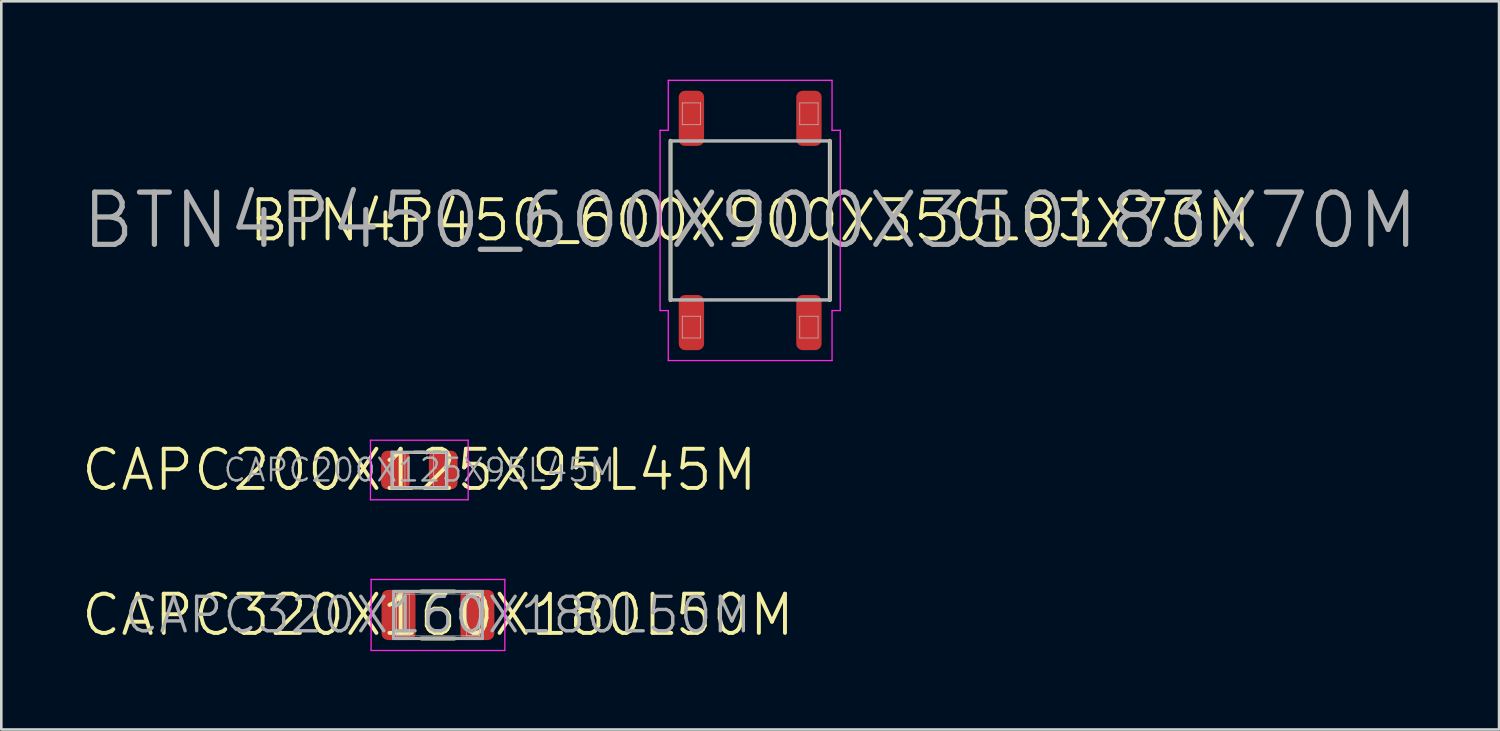
<source format=kicad_pcb>
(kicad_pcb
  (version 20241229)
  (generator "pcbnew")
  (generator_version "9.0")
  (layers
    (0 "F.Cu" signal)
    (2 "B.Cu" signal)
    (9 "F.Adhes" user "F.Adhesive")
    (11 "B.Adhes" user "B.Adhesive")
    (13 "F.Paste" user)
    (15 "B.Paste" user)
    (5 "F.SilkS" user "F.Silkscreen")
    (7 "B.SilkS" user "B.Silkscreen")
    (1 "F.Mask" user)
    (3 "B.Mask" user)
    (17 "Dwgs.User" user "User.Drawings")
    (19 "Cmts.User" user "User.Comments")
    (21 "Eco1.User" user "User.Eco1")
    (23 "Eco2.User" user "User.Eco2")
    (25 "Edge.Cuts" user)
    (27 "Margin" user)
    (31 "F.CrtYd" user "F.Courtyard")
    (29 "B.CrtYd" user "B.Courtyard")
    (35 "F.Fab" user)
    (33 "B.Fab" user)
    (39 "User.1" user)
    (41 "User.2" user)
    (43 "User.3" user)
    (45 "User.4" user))
  (footprint "CAPC320X160X180L50M"
    (layer "F.Cu")
    (at 13.718 20.495)
    (property "Reference" "CAPC320X160X180L50M" (at 0 0 0) (layer "F.SilkS") (effects (font (size 1.5 1.5) (thickness 0.15))))
    (attr smd)
    (fp_line (start -0.635 -0.9) (end 0.635 -0.9) (stroke (width 0.15) (type solid)) (layer "F.SilkS"))
    (fp_line (start -0.635 0.9) (end 0.635 0.9) (stroke (width 0.15) (type solid)) (layer "F.SilkS"))
    (fp_line (start -1.6 -0.8) (end -1.1 -0.8) (stroke (width 0.025) (type solid)) (layer "Dwgs.User"))
    (fp_line (start -1.6 -0.8) (end 1.6 -0.8) (stroke (width 0.025) (type solid)) (layer "Dwgs.User"))
    (fp_line (start -1.6 0.8) (end -1.6 -0.8) (stroke (width 0.025) (type solid)) (layer "Dwgs.User"))
    (fp_line (start -1.6 0.8) (end -1.6 -0.8) (stroke (width 0.025) (type solid)) (layer "Dwgs.User"))
    (fp_line (start -1.1 -0.8) (end -1.1 0.8) (stroke (width 0.025) (type solid)) (layer "Dwgs.User"))
    (fp_line (start -1.1 0.8) (end -1.6 0.8) (stroke (width 0.025) (type solid)) (layer "Dwgs.User"))
    (fp_line (start 1.1 -0.8) (end 1.6 -0.8) (stroke (width 0.025) (type solid)) (layer "Dwgs.User"))
    (fp_line (start 1.1 0.8) (end 1.1 -0.8) (stroke (width 0.025) (type solid)) (layer "Dwgs.User"))
    (fp_line (start 1.6 -0.8) (end 1.6 0.8) (stroke (width 0.025) (type solid)) (layer "Dwgs.User"))
    (fp_line (start 1.6 -0.8) (end 1.6 0.8) (stroke (width 0.025) (type solid)) (layer "Dwgs.User"))
    (fp_line (start 1.6 0.8) (end -1.6 0.8) (stroke (width 0.025) (type solid)) (layer "Dwgs.User"))
    (fp_line (start 1.6 0.8) (end 1.1 0.8) (stroke (width 0.025) (type solid)) (layer "Dwgs.User"))
    (fp_line (start -2.56 -1.36) (end 2.56 -1.36) (stroke (width 0.05) (type solid)) (layer "F.CrtYd"))
    (fp_line (start -2.56 1.36) (end -2.56 -1.36) (stroke (width 0.05) (type solid)) (layer "F.CrtYd"))
    (fp_line (start 2.56 -1.36) (end 2.56 1.36) (stroke (width 0.05) (type solid)) (layer "F.CrtYd"))
    (fp_line (start 2.56 1.36) (end -2.56 1.36) (stroke (width 0.05) (type solid)) (layer "F.CrtYd"))
    (fp_line (start -1.7 -0.9) (end 1.7 -0.9) (stroke (width 0.12) (type solid)) (layer "F.Fab"))
    (fp_line (start -1.7 0.9) (end -1.7 -0.9) (stroke (width 0.12) (type solid)) (layer "F.Fab"))
    (fp_line (start 1.7 -0.9) (end 1.7 0.9) (stroke (width 0.12) (type solid)) (layer "F.Fab"))
    (fp_line (start 1.7 0.9) (end -1.7 0.9) (stroke (width 0.12) (type solid)) (layer "F.Fab"))
    (fp_text user "${REFERENCE}" (at 0 0 0) (layer "F.Fab") (effects (font (size 1.32 1.32) (thickness 0.13))))
    (pad "1" smd roundrect (at -1.51 0) (size 1.3 1.92) (layers "F.Cu" "F.Mask" "F.Paste") (roundrect_rratio 0.192))
    (pad "2" smd roundrect (at 1.51 0) (size 1.3 1.92) (layers "F.Cu" "F.Mask" "F.Paste") (roundrect_rratio 0.192)))
  (footprint "BTN4P450_600X900X350L83X70M"
    (layer "F.Cu")
    (at 25.671 5.39)
    (property "Reference" "BTN4P450_600X900X350L83X70M" (at 0 0 0) (layer "F.SilkS") (effects (font (size 1.5 1.5) (thickness 0.15))))
    (attr smd)
    (fp_line (start -3.05 3.05) (end -3.05 -3.05) (stroke (width 0.15) (type solid)) (layer "F.SilkS"))
    (fp_line (start 3.05 3.05) (end 3.05 -3.05) (stroke (width 0.15) (type solid)) (layer "F.SilkS"))
    (fp_line (start -3 -3) (end 3 -3) (stroke (width 0.025) (type solid)) (layer "Dwgs.User"))
    (fp_line (start -3 3) (end -3 -3) (stroke (width 0.025) (type solid)) (layer "Dwgs.User"))
    (fp_line (start -2.6 -4.5) (end -1.9 -4.5) (stroke (width 0.025) (type solid)) (layer "Dwgs.User"))
    (fp_line (start -2.6 -3.665) (end -2.6 -4.5) (stroke (width 0.025) (type solid)) (layer "Dwgs.User"))
    (fp_line (start -2.6 3.665) (end -1.9 3.665) (stroke (width 0.025) (type solid)) (layer "Dwgs.User"))
    (fp_line (start -2.6 4.5) (end -2.6 3.665) (stroke (width 0.025) (type solid)) (layer "Dwgs.User"))
    (fp_line (start -1.9 -4.5) (end -1.9 -3.665) (stroke (width 0.025) (type solid)) (layer "Dwgs.User"))
    (fp_line (start -1.9 -3.665) (end -2.6 -3.665) (stroke (width 0.025) (type solid)) (layer "Dwgs.User"))
    (fp_line (start -1.9 3.665) (end -1.9 4.5) (stroke (width 0.025) (type solid)) (layer "Dwgs.User"))
    (fp_line (start -1.9 4.5) (end -2.6 4.5) (stroke (width 0.025) (type solid)) (layer "Dwgs.User"))
    (fp_line (start 1.9 -4.5) (end 2.6 -4.5) (stroke (width 0.025) (type solid)) (layer "Dwgs.User"))
    (fp_line (start 1.9 -3.665) (end 1.9 -4.5) (stroke (width 0.025) (type solid)) (layer "Dwgs.User"))
    (fp_line (start 1.9 3.665) (end 2.6 3.665) (stroke (width 0.025) (type solid)) (layer "Dwgs.User"))
    (fp_line (start 1.9 4.5) (end 1.9 3.665) (stroke (width 0.025) (type solid)) (layer "Dwgs.User"))
    (fp_line (start 2.6 -4.5) (end 2.6 -3.665) (stroke (width 0.025) (type solid)) (layer "Dwgs.User"))
    (fp_line (start 2.6 -3.665) (end 1.9 -3.665) (stroke (width 0.025) (type solid)) (layer "Dwgs.User"))
    (fp_line (start 2.6 3.665) (end 2.6 4.5) (stroke (width 0.025) (type solid)) (layer "Dwgs.User"))
    (fp_line (start 2.6 4.5) (end 1.9 4.5) (stroke (width 0.025) (type solid)) (layer "Dwgs.User"))
    (fp_line (start 3 -3) (end 3 3) (stroke (width 0.025) (type solid)) (layer "Dwgs.User"))
    (fp_line (start 3 3) (end -3 3) (stroke (width 0.025) (type solid)) (layer "Dwgs.User"))
    (fp_line (start -3.45 -3.45) (end -3.45 3.45) (stroke (width 0.05) (type solid)) (layer "F.CrtYd"))
    (fp_line (start -3.45 3.45) (end -3.135 3.45) (stroke (width 0.05) (type solid)) (layer "F.CrtYd"))
    (fp_line (start -3.135 -5.365) (end -3.135 -3.45) (stroke (width 0.05) (type solid)) (layer "F.CrtYd"))
    (fp_line (start -3.135 -3.45) (end -3.45 -3.45) (stroke (width 0.05) (type solid)) (layer "F.CrtYd"))
    (fp_line (start -3.135 3.45) (end -3.135 5.365) (stroke (width 0.05) (type solid)) (layer "F.CrtYd"))
    (fp_line (start -3.135 5.365) (end 3.135 5.365) (stroke (width 0.05) (type solid)) (layer "F.CrtYd"))
    (fp_line (start 3.135 -5.365) (end -3.135 -5.365) (stroke (width 0.05) (type solid)) (layer "F.CrtYd"))
    (fp_line (start 3.135 -3.45) (end 3.135 -5.365) (stroke (width 0.05) (type solid)) (layer "F.CrtYd"))
    (fp_line (start 3.135 3.45) (end 3.45 3.45) (stroke (width 0.05) (type solid)) (layer "F.CrtYd"))
    (fp_line (start 3.135 5.365) (end 3.135 3.45) (stroke (width 0.05) (type solid)) (layer "F.CrtYd"))
    (fp_line (start 3.45 -3.45) (end 3.135 -3.45) (stroke (width 0.05) (type solid)) (layer "F.CrtYd"))
    (fp_line (start 3.45 3.45) (end 3.45 -3.45) (stroke (width 0.05) (type solid)) (layer "F.CrtYd"))
    (fp_line (start -3.05 -3.05) (end 3.05 -3.05) (stroke (width 0.12) (type solid)) (layer "F.Fab"))
    (fp_line (start -3.05 3.05) (end -3.05 -3.05) (stroke (width 0.12) (type solid)) (layer "F.Fab"))
    (fp_line (start 3.05 -3.05) (end 3.05 3.05) (stroke (width 0.12) (type solid)) (layer "F.Fab"))
    (fp_line (start 3.05 3.05) (end -3.05 3.05) (stroke (width 0.12) (type solid)) (layer "F.Fab"))
    (fp_text user "${REFERENCE}" (at 0 0 0) (layer "F.Fab") (effects (font (size 2 2) (thickness 0.2))))
    (pad "1" smd roundrect (at -2.25 3.91 90) (size 2.11 0.97) (layers "F.Cu" "F.Mask" "F.Paste") (roundrect_rratio 0.247))
    (pad "1" smd roundrect (at 2.25 3.91 90) (size 2.11 0.97) (layers "F.Cu" "F.Mask" "F.Paste") (roundrect_rratio 0.247))
    (pad "2" smd roundrect (at -2.25 -3.91 90) (size 2.11 0.97) (layers "F.Cu" "F.Mask" "F.Paste") (roundrect_rratio 0.247))
    (pad "2" smd roundrect (at 2.25 -3.91 90) (size 2.11 0.97) (layers "F.Cu" "F.Mask" "F.Paste") (roundrect_rratio 0.247)))
  (footprint "CAPC200X125X95L45M"
    (layer "F.Cu")
    (at 13.004 14.945)
    (property "Reference" "CAPC200X125X95L45M" (at 0 0 0) (layer "F.SilkS") (effects (font (size 1.5 1.5) (thickness 0.15))))
    (attr smd)
    (fp_line (start -0.185 -0.68) (end 0.185 -0.68) (stroke (width 0.12) (type solid)) (layer "F.SilkS"))
    (fp_line (start -0.185 0.68) (end 0.185 0.68) (stroke (width 0.12) (type solid)) (layer "F.SilkS"))
    (fp_line (start -1 -0.625) (end -0.55 -0.625) (stroke (width 0.025) (type solid)) (layer "Dwgs.User"))
    (fp_line (start -1 -0.625) (end 1 -0.625) (stroke (width 0.025) (type solid)) (layer "Dwgs.User"))
    (fp_line (start -1 0.625) (end -1 -0.625) (stroke (width 0.025) (type solid)) (layer "Dwgs.User"))
    (fp_line (start -1 0.625) (end -1 -0.625) (stroke (width 0.025) (type solid)) (layer "Dwgs.User"))
    (fp_line (start -0.55 -0.625) (end -0.55 0.625) (stroke (width 0.025) (type solid)) (layer "Dwgs.User"))
    (fp_line (start -0.55 0.625) (end -1 0.625) (stroke (width 0.025) (type solid)) (layer "Dwgs.User"))
    (fp_line (start 0.55 -0.625) (end 1 -0.625) (stroke (width 0.025) (type solid)) (layer "Dwgs.User"))
    (fp_line (start 0.55 0.625) (end 0.55 -0.625) (stroke (width 0.025) (type solid)) (layer "Dwgs.User"))
    (fp_line (start 1 -0.625) (end 1 0.625) (stroke (width 0.025) (type solid)) (layer "Dwgs.User"))
    (fp_line (start 1 -0.625) (end 1 0.625) (stroke (width 0.025) (type solid)) (layer "Dwgs.User"))
    (fp_line (start 1 0.625) (end -1 0.625) (stroke (width 0.025) (type solid)) (layer "Dwgs.User"))
    (fp_line (start 1 0.625) (end 0.55 0.625) (stroke (width 0.025) (type solid)) (layer "Dwgs.User"))
    (fp_line (start -1.87 -1.14) (end 1.87 -1.14) (stroke (width 0.05) (type solid)) (layer "F.CrtYd"))
    (fp_line (start -1.87 1.14) (end -1.87 -1.14) (stroke (width 0.05) (type solid)) (layer "F.CrtYd"))
    (fp_line (start 1.87 -1.14) (end 1.87 1.14) (stroke (width 0.05) (type solid)) (layer "F.CrtYd"))
    (fp_line (start 1.87 1.14) (end -1.87 1.14) (stroke (width 0.05) (type solid)) (layer "F.CrtYd"))
    (fp_line (start -1.05 -0.68) (end 1.05 -0.68) (stroke (width 0.12) (type solid)) (layer "F.Fab"))
    (fp_line (start -1.05 0.68) (end -1.05 -0.68) (stroke (width 0.12) (type solid)) (layer "F.Fab"))
    (fp_line (start 1.05 -0.68) (end 1.05 0.68) (stroke (width 0.12) (type solid)) (layer "F.Fab"))
    (fp_line (start 1.05 0.68) (end -1.05 0.68) (stroke (width 0.12) (type solid)) (layer "F.Fab"))
    (fp_text user "${REFERENCE}" (at 0 0 0) (layer "F.Fab") (effects (font (size 0.87 0.87) (thickness 0.09))))
    (pad "1" smd roundrect (at -0.915 0) (size 1.1 1.48) (layers "F.Cu" "F.Mask" "F.Paste") (roundrect_rratio 0.227))
    (pad "2" smd roundrect (at 0.915 0) (size 1.1 1.48) (layers "F.Cu" "F.Mask" "F.Paste") (roundrect_rratio 0.227)))
  (gr_rect
    (start -3 -3)
    (end 54.343 24.88)
    (stroke (width 0.1) (type default))
    (fill no)
    (layer "Edge.Cuts")))
</source>
